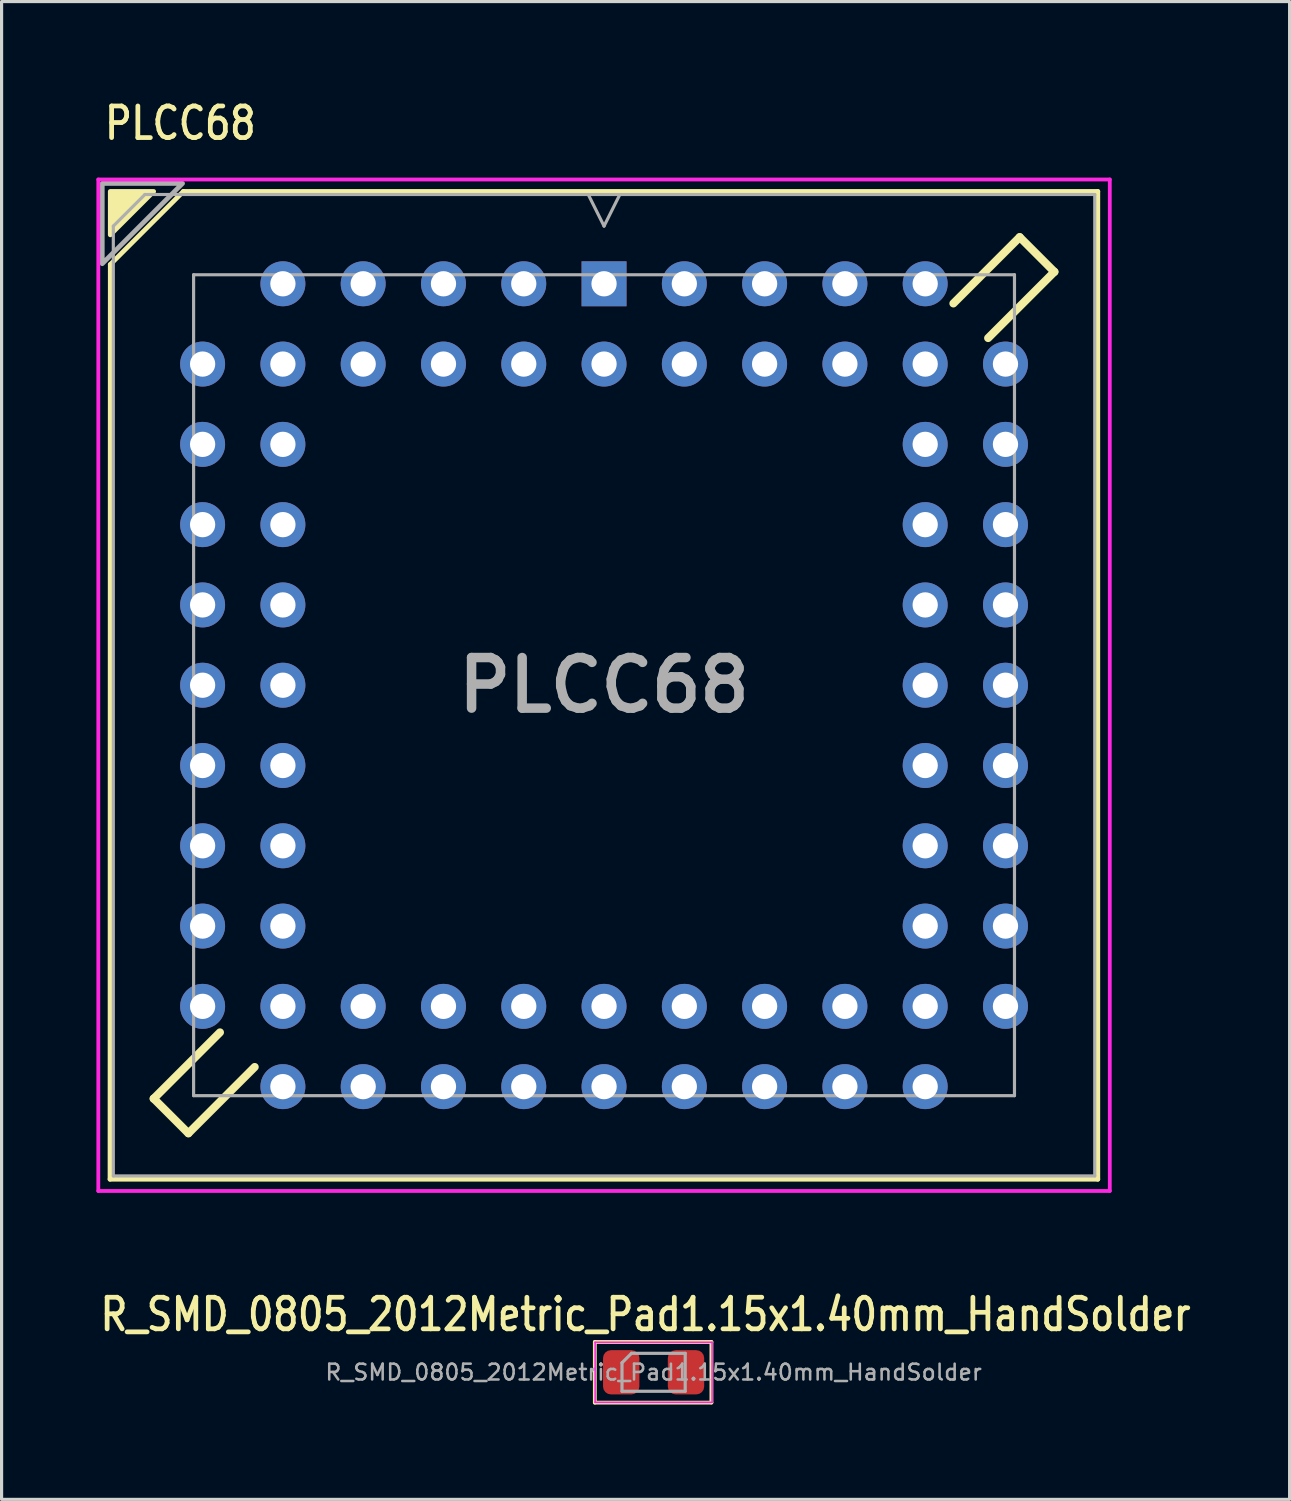
<source format=kicad_pcb>
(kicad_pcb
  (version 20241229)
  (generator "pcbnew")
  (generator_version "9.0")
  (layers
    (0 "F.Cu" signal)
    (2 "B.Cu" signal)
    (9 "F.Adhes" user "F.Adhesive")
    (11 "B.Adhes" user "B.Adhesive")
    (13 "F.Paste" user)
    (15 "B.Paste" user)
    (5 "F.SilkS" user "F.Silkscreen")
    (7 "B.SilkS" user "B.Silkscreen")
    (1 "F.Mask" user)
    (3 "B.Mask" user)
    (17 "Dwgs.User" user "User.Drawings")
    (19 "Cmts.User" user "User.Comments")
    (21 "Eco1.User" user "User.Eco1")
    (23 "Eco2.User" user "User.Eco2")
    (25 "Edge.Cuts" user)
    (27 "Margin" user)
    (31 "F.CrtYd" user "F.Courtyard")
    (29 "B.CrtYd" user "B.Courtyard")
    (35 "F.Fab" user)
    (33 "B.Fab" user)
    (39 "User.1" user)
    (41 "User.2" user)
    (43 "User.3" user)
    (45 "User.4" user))
  (footprint "PLCC68"
    (layer "F.Cu")
    (at 16.06 5.928)
    (property "Reference" "PLCC68" (at -15.875 -5.08 0) (layer "F.SilkS") (effects (font (size 1 0.83) (thickness 0.15)) (justify left)))
    (attr through_hole)
    (fp_line (start -15.629 28.329) (end 15.621 28.329) (stroke (width 0.15) (type solid)) (layer "F.SilkS"))
    (fp_line (start -15.621 -0.61) (end -15.629 28.329) (stroke (width 0.15) (type solid)) (layer "F.SilkS"))
    (fp_line (start -14.249 25.781) (end -12.151 23.683) (stroke (width 0.254) (type solid)) (layer "F.SilkS"))
    (fp_line (start -13.31 -2.921) (end -15.621 -0.61) (stroke (width 0.15) (type solid)) (layer "F.SilkS"))
    (fp_line (start -13.15 26.876) (end -14.249 25.776) (stroke (width 0.254) (type solid)) (layer "F.SilkS"))
    (fp_line (start -11.052 24.778) (end -13.15 26.876) (stroke (width 0.254) (type solid)) (layer "F.SilkS"))
    (fp_line (start 11.052 0.622) (end 13.15 -1.476) (stroke (width 0.254) (type solid)) (layer "F.SilkS"))
    (fp_line (start 13.15 -1.476) (end 14.249 -0.376) (stroke (width 0.254) (type solid)) (layer "F.SilkS"))
    (fp_line (start 14.249 -0.381) (end 12.151 1.717) (stroke (width 0.254) (type solid)) (layer "F.SilkS"))
    (fp_line (start 15.621 -2.921) (end -13.31 -2.921) (stroke (width 0.15) (type solid)) (layer "F.SilkS"))
    (fp_line (start 15.621 28.329) (end 15.621 -2.921) (stroke (width 0.15) (type solid)) (layer "F.SilkS"))
    (fp_poly (pts (xy -14.249 -2.921) (xy -15.621 -1.549) (xy -15.621 -2.921)) (stroke (width 0.15) (type solid)) (fill yes) (layer "F.SilkS"))
    (fp_line (start -16 -3.3) (end -16 28.7) (stroke (width 0.12) (type solid)) (layer "F.CrtYd"))
    (fp_line (start -16 28.7) (end 16 28.7) (stroke (width 0.12) (type solid)) (layer "F.CrtYd"))
    (fp_line (start 16 -3.3) (end -16 -3.3) (stroke (width 0.12) (type solid)) (layer "F.CrtYd"))
    (fp_line (start 16 28.7) (end 16 -3.3) (stroke (width 0.12) (type solid)) (layer "F.CrtYd"))
    (fp_line (start -15.525 -1.825) (end -15.525 28.225) (stroke (width 0.1) (type solid)) (layer "F.Fab"))
    (fp_line (start -15.525 28.225) (end 15.525 28.225) (stroke (width 0.1) (type solid)) (layer "F.Fab"))
    (fp_line (start -14.525 -2.825) (end -15.525 -1.825) (stroke (width 0.1) (type solid)) (layer "F.Fab"))
    (fp_line (start -12.985 -0.285) (end -12.985 25.685) (stroke (width 0.1) (type solid)) (layer "F.Fab"))
    (fp_line (start -12.985 25.685) (end 12.985 25.685) (stroke (width 0.1) (type solid)) (layer "F.Fab"))
    (fp_line (start -0.5 -2.825) (end 0 -1.825) (stroke (width 0.1) (type solid)) (layer "F.Fab"))
    (fp_line (start 0 -1.825) (end 0.5 -2.825) (stroke (width 0.1) (type solid)) (layer "F.Fab"))
    (fp_line (start 12.985 -0.285) (end -12.985 -0.285) (stroke (width 0.1) (type solid)) (layer "F.Fab"))
    (fp_line (start 12.985 25.685) (end 12.985 -0.285) (stroke (width 0.1) (type solid)) (layer "F.Fab"))
    (fp_line (start 15.525 -2.825) (end -14.525 -2.825) (stroke (width 0.1) (type solid)) (layer "F.Fab"))
    (fp_line (start 15.525 28.225) (end 15.525 -2.825) (stroke (width 0.1) (type solid)) (layer "F.Fab"))
    (fp_poly (pts (xy -13.335 -3.175) (xy -15.875 -0.635) (xy -15.875 -3.175)) (stroke (width 0.15) (type solid)) (fill no) (layer "F.Fab"))
    (fp_text user "${REFERENCE}" (at 0 12.7 0) (layer "F.Fab") (effects (font (size 1.6 1.6) (thickness 0.3))))
    (pad "1" thru_hole rect (at 0 0) (size 1.422 1.422) (drill 0.8) (layers "*.Cu" "*.Mask"))
    (pad "2" thru_hole circle (at 0 2.54) (size 1.422 1.422) (drill 0.8) (layers "*.Cu" "*.Mask"))
    (pad "3" thru_hole circle (at -2.54 0) (size 1.422 1.422) (drill 0.8) (layers "*.Cu" "*.Mask"))
    (pad "4" thru_hole circle (at -2.54 2.54) (size 1.422 1.422) (drill 0.8) (layers "*.Cu" "*.Mask"))
    (pad "5" thru_hole circle (at -5.08 0) (size 1.422 1.422) (drill 0.8) (layers "*.Cu" "*.Mask"))
    (pad "6" thru_hole circle (at -5.08 2.54) (size 1.422 1.422) (drill 0.8) (layers "*.Cu" "*.Mask"))
    (pad "7" thru_hole circle (at -7.62 0) (size 1.422 1.422) (drill 0.8) (layers "*.Cu" "*.Mask"))
    (pad "8" thru_hole circle (at -7.62 2.54) (size 1.422 1.422) (drill 0.8) (layers "*.Cu" "*.Mask"))
    (pad "9" thru_hole circle (at -10.16 0) (size 1.422 1.422) (drill 0.8) (layers "*.Cu" "*.Mask"))
    (pad "10" thru_hole circle (at -12.7 2.54) (size 1.422 1.422) (drill 0.8) (layers "*.Cu" "*.Mask"))
    (pad "11" thru_hole circle (at -10.16 2.54) (size 1.422 1.422) (drill 0.8) (layers "*.Cu" "*.Mask"))
    (pad "12" thru_hole circle (at -12.7 5.08) (size 1.422 1.422) (drill 0.8) (layers "*.Cu" "*.Mask"))
    (pad "13" thru_hole circle (at -10.16 5.08) (size 1.422 1.422) (drill 0.8) (layers "*.Cu" "*.Mask"))
    (pad "14" thru_hole circle (at -12.7 7.62) (size 1.422 1.422) (drill 0.8) (layers "*.Cu" "*.Mask"))
    (pad "15" thru_hole circle (at -10.16 7.62) (size 1.422 1.422) (drill 0.8) (layers "*.Cu" "*.Mask"))
    (pad "16" thru_hole circle (at -12.7 10.16) (size 1.422 1.422) (drill 0.8) (layers "*.Cu" "*.Mask"))
    (pad "17" thru_hole circle (at -10.16 10.16) (size 1.422 1.422) (drill 0.8) (layers "*.Cu" "*.Mask"))
    (pad "18" thru_hole circle (at -12.7 12.7) (size 1.422 1.422) (drill 0.8) (layers "*.Cu" "*.Mask"))
    (pad "19" thru_hole circle (at -10.16 12.7) (size 1.422 1.422) (drill 0.8) (layers "*.Cu" "*.Mask"))
    (pad "20" thru_hole circle (at -12.7 15.24) (size 1.422 1.422) (drill 0.8) (layers "*.Cu" "*.Mask"))
    (pad "21" thru_hole circle (at -10.16 15.24) (size 1.422 1.422) (drill 0.8) (layers "*.Cu" "*.Mask"))
    (pad "22" thru_hole circle (at -12.7 17.78) (size 1.422 1.422) (drill 0.8) (layers "*.Cu" "*.Mask"))
    (pad "23" thru_hole circle (at -10.16 17.78) (size 1.422 1.422) (drill 0.8) (layers "*.Cu" "*.Mask"))
    (pad "24" thru_hole circle (at -12.7 20.32) (size 1.422 1.422) (drill 0.8) (layers "*.Cu" "*.Mask"))
    (pad "25" thru_hole circle (at -10.16 20.32) (size 1.422 1.422) (drill 0.8) (layers "*.Cu" "*.Mask"))
    (pad "26" thru_hole circle (at -12.7 22.86) (size 1.422 1.422) (drill 0.8) (layers "*.Cu" "*.Mask"))
    (pad "27" thru_hole circle (at -10.16 25.4) (size 1.422 1.422) (drill 0.8) (layers "*.Cu" "*.Mask"))
    (pad "28" thru_hole circle (at -10.16 22.86) (size 1.422 1.422) (drill 0.8) (layers "*.Cu" "*.Mask"))
    (pad "29" thru_hole circle (at -7.62 25.4) (size 1.422 1.422) (drill 0.8) (layers "*.Cu" "*.Mask"))
    (pad "30" thru_hole circle (at -7.62 22.86) (size 1.422 1.422) (drill 0.8) (layers "*.Cu" "*.Mask"))
    (pad "31" thru_hole circle (at -5.08 25.4) (size 1.422 1.422) (drill 0.8) (layers "*.Cu" "*.Mask"))
    (pad "32" thru_hole circle (at -5.08 22.86) (size 1.422 1.422) (drill 0.8) (layers "*.Cu" "*.Mask"))
    (pad "33" thru_hole circle (at -2.54 25.4) (size 1.422 1.422) (drill 0.8) (layers "*.Cu" "*.Mask"))
    (pad "34" thru_hole circle (at -2.54 22.86) (size 1.422 1.422) (drill 0.8) (layers "*.Cu" "*.Mask"))
    (pad "35" thru_hole circle (at 0 25.4) (size 1.422 1.422) (drill 0.8) (layers "*.Cu" "*.Mask"))
    (pad "36" thru_hole circle (at 0 22.86) (size 1.422 1.422) (drill 0.8) (layers "*.Cu" "*.Mask"))
    (pad "37" thru_hole circle (at 2.54 25.4) (size 1.422 1.422) (drill 0.8) (layers "*.Cu" "*.Mask"))
    (pad "38" thru_hole circle (at 2.54 22.86) (size 1.422 1.422) (drill 0.8) (layers "*.Cu" "*.Mask"))
    (pad "39" thru_hole circle (at 5.08 25.4) (size 1.422 1.422) (drill 0.8) (layers "*.Cu" "*.Mask"))
    (pad "40" thru_hole circle (at 5.08 22.86) (size 1.422 1.422) (drill 0.8) (layers "*.Cu" "*.Mask"))
    (pad "41" thru_hole circle (at 7.62 25.4) (size 1.422 1.422) (drill 0.8) (layers "*.Cu" "*.Mask"))
    (pad "42" thru_hole circle (at 7.62 22.86) (size 1.422 1.422) (drill 0.8) (layers "*.Cu" "*.Mask"))
    (pad "43" thru_hole circle (at 10.16 25.4) (size 1.422 1.422) (drill 0.8) (layers "*.Cu" "*.Mask"))
    (pad "44" thru_hole circle (at 12.7 22.86) (size 1.422 1.422) (drill 0.8) (layers "*.Cu" "*.Mask"))
    (pad "45" thru_hole circle (at 10.16 22.86) (size 1.422 1.422) (drill 0.8) (layers "*.Cu" "*.Mask"))
    (pad "46" thru_hole circle (at 12.7 20.32) (size 1.422 1.422) (drill 0.8) (layers "*.Cu" "*.Mask"))
    (pad "47" thru_hole circle (at 10.16 20.32) (size 1.422 1.422) (drill 0.8) (layers "*.Cu" "*.Mask"))
    (pad "48" thru_hole circle (at 12.7 17.78) (size 1.422 1.422) (drill 0.8) (layers "*.Cu" "*.Mask"))
    (pad "49" thru_hole circle (at 10.16 17.78) (size 1.422 1.422) (drill 0.8) (layers "*.Cu" "*.Mask"))
    (pad "50" thru_hole circle (at 12.7 15.24) (size 1.422 1.422) (drill 0.8) (layers "*.Cu" "*.Mask"))
    (pad "51" thru_hole circle (at 10.16 15.24) (size 1.422 1.422) (drill 0.8) (layers "*.Cu" "*.Mask"))
    (pad "52" thru_hole circle (at 12.7 12.7) (size 1.422 1.422) (drill 0.8) (layers "*.Cu" "*.Mask"))
    (pad "53" thru_hole circle (at 10.16 12.7) (size 1.422 1.422) (drill 0.8) (layers "*.Cu" "*.Mask"))
    (pad "54" thru_hole circle (at 12.7 10.16) (size 1.422 1.422) (drill 0.8) (layers "*.Cu" "*.Mask"))
    (pad "55" thru_hole circle (at 10.16 10.16) (size 1.422 1.422) (drill 0.8) (layers "*.Cu" "*.Mask"))
    (pad "56" thru_hole circle (at 12.7 7.62) (size 1.422 1.422) (drill 0.8) (layers "*.Cu" "*.Mask"))
    (pad "57" thru_hole circle (at 10.16 7.62) (size 1.422 1.422) (drill 0.8) (layers "*.Cu" "*.Mask"))
    (pad "58" thru_hole circle (at 12.7 5.08) (size 1.422 1.422) (drill 0.8) (layers "*.Cu" "*.Mask"))
    (pad "59" thru_hole circle (at 10.16 5.08) (size 1.422 1.422) (drill 0.8) (layers "*.Cu" "*.Mask"))
    (pad "60" thru_hole circle (at 12.7 2.54) (size 1.422 1.422) (drill 0.8) (layers "*.Cu" "*.Mask"))
    (pad "61" thru_hole circle (at 10.16 0) (size 1.422 1.422) (drill 0.8) (layers "*.Cu" "*.Mask"))
    (pad "62" thru_hole circle (at 10.16 2.54) (size 1.422 1.422) (drill 0.8) (layers "*.Cu" "*.Mask"))
    (pad "63" thru_hole circle (at 7.62 0) (size 1.422 1.422) (drill 0.8) (layers "*.Cu" "*.Mask"))
    (pad "64" thru_hole circle (at 7.62 2.54) (size 1.422 1.422) (drill 0.8) (layers "*.Cu" "*.Mask"))
    (pad "65" thru_hole circle (at 5.08 0) (size 1.422 1.422) (drill 0.8) (layers "*.Cu" "*.Mask"))
    (pad "66" thru_hole circle (at 5.08 2.54) (size 1.422 1.422) (drill 0.8) (layers "*.Cu" "*.Mask"))
    (pad "67" thru_hole circle (at 2.54 0) (size 1.422 1.422) (drill 0.8) (layers "*.Cu" "*.Mask"))
    (pad "68" thru_hole circle (at 2.54 2.54) (size 1.422 1.422) (drill 0.8) (layers "*.Cu" "*.Mask")))
  (footprint "R_SMD_0805_2012Metric_Pad1.15x1.40mm_HandSolder"
    (layer "F.Cu")
    (at 17.628 40.365)
    (property "Reference" "R_SMD_0805_2012Metric_Pad1.15x1.40mm_HandSolder" (at -0.254 -1.829 0) (layer "F.SilkS") (effects (font (size 1 0.83) (thickness 0.15))))
    (attr smd)
    (fp_line (start -1.86 -0.96) (end -1.86 0.96) (stroke (width 0.12) (type solid)) (layer "F.SilkS"))
    (fp_line (start -1.86 0.96) (end 1.829 0.96) (stroke (width 0.12) (type solid)) (layer "F.SilkS"))
    (fp_line (start 1.829 -0.96) (end -1.86 -0.96) (stroke (width 0.12) (type solid)) (layer "F.SilkS"))
    (fp_line (start 1.829 -0.96) (end 1.829 0.955) (stroke (width 0.12) (type solid)) (layer "F.SilkS"))
    (fp_line (start -1.85 -0.95) (end 1.85 -0.95) (stroke (width 0.05) (type solid)) (layer "F.CrtYd"))
    (fp_line (start -1.85 0.95) (end -1.85 -0.95) (stroke (width 0.05) (type solid)) (layer "F.CrtYd"))
    (fp_line (start 1.85 -0.95) (end 1.85 0.95) (stroke (width 0.05) (type solid)) (layer "F.CrtYd"))
    (fp_line (start 1.85 0.95) (end -1.85 0.95) (stroke (width 0.05) (type solid)) (layer "F.CrtYd"))
    (fp_line (start -1 -0.3) (end -1 0.6) (stroke (width 0.1) (type solid)) (layer "F.Fab"))
    (fp_line (start -1 0.6) (end 1 0.6) (stroke (width 0.1) (type solid)) (layer "F.Fab"))
    (fp_line (start -0.7 -0.6) (end -1 -0.3) (stroke (width 0.1) (type solid)) (layer "F.Fab"))
    (fp_line (start 1 -0.6) (end -0.7 -0.6) (stroke (width 0.1) (type solid)) (layer "F.Fab"))
    (fp_line (start 1 0.6) (end 1 -0.6) (stroke (width 0.1) (type solid)) (layer "F.Fab"))
    (fp_text user "${REFERENCE}" (at 0 0 0) (layer "F.Fab") (effects (font (size 0.5 0.5) (thickness 0.08))))
    (pad "1" smd roundrect (at -1.025 0) (size 1.15 1.4) (layers "F.Cu" "F.Mask" "F.Paste") (roundrect_rratio 0.217))
    (pad "2" smd roundrect (at 1.025 0) (size 1.15 1.4) (layers "F.Cu" "F.Mask" "F.Paste") (roundrect_rratio 0.217)))
  (gr_rect
    (start -3 -3)
    (end 37.749 44.385)
    (stroke (width 0.1) (type default))
    (fill no)
    (layer "Edge.Cuts")))
</source>
